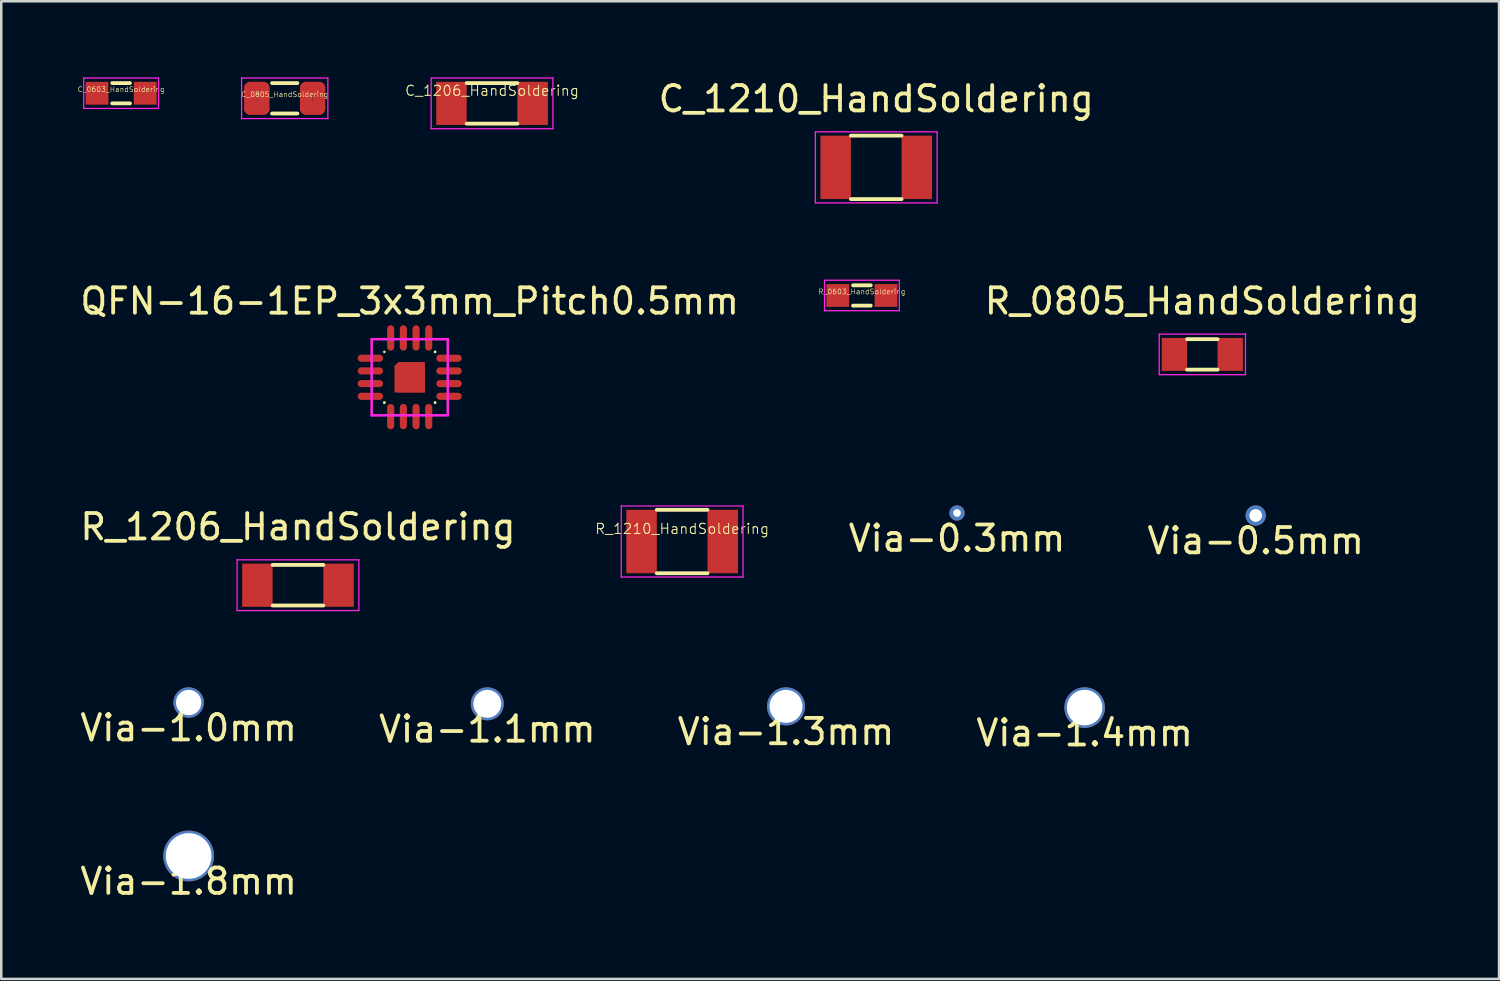
<source format=kicad_pcb>
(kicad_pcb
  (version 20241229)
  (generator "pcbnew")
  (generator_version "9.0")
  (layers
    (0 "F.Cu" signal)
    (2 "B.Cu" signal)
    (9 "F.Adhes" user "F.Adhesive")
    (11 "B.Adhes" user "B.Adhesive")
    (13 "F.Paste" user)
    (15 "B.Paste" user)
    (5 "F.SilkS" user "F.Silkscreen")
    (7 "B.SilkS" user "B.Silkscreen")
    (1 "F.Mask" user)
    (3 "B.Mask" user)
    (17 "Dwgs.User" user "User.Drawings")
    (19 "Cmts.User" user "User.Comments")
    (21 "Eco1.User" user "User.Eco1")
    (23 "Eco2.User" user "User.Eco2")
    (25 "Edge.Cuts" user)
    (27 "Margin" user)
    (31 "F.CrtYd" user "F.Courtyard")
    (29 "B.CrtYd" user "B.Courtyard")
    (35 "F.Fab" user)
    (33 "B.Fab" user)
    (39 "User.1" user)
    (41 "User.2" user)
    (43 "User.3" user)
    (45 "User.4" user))
  (footprint "C_1206_HandSoldering"
    (layer "F.Cu")
    (at 16.347 1.025)
    (property "Reference" "C_1206_HandSoldering" (at 0 -0.5 0) (layer "F.SilkS") (effects (font (size 0.4 0.4) (thickness 0.04))))
    (attr smd)
    (fp_line (start -1 0.8) (end 1 0.8) (stroke (width 0.15) (type solid)) (layer "F.SilkS"))
    (fp_line (start 1 -0.8) (end -1 -0.8) (stroke (width 0.15) (type solid)) (layer "F.SilkS"))
    (fp_line (start -2.4 -1) (end -2.4 1) (stroke (width 0.05) (type solid)) (layer "F.CrtYd"))
    (fp_line (start -2.4 -1) (end 2.4 -1) (stroke (width 0.05) (type solid)) (layer "F.CrtYd"))
    (fp_line (start -2.4 1) (end 2.4 1) (stroke (width 0.05) (type solid)) (layer "F.CrtYd"))
    (fp_line (start 2.4 -1) (end 2.4 1) (stroke (width 0.05) (type solid)) (layer "F.CrtYd"))
    (pad "1" smd rect (at -1.6 0) (size 1.2 1.7) (layers "F.Cu" "F.Mask" "F.Paste"))
    (pad "2" smd rect (at 1.6 0) (size 1.2 1.7) (layers "F.Cu" "F.Mask" "F.Paste")))
  (footprint "R_1206_HandSoldering"
    (layer "F.Cu")
    (at 8.696 20.02)
    (property "Reference" "R_1206_HandSoldering" (at 0 -2.3 0) (layer "F.SilkS") (effects (font (size 1 1) (thickness 0.15))))
    (attr smd)
    (fp_line (start -1 0.8) (end 1 0.8) (stroke (width 0.15) (type solid)) (layer "F.SilkS"))
    (fp_line (start 1 -0.8) (end -1 -0.8) (stroke (width 0.15) (type solid)) (layer "F.SilkS"))
    (fp_line (start -2.4 -1) (end -2.4 1) (stroke (width 0.05) (type solid)) (layer "F.CrtYd"))
    (fp_line (start -2.4 -1) (end 2.4 -1) (stroke (width 0.05) (type solid)) (layer "F.CrtYd"))
    (fp_line (start -2.4 1) (end 2.4 1) (stroke (width 0.05) (type solid)) (layer "F.CrtYd"))
    (fp_line (start 2.4 -1) (end 2.4 1) (stroke (width 0.05) (type solid)) (layer "F.CrtYd"))
    (pad "1" smd rect (at -1.6 0) (size 1.2 1.7) (layers "F.Cu" "F.Mask" "F.Paste"))
    (pad "2" smd rect (at 1.6 0) (size 1.2 1.7) (layers "F.Cu" "F.Mask" "F.Paste")))
  (footprint "R_0603_HandSoldering"
    (layer "F.Cu")
    (at 30.927 8.598)
    (property "Reference" "R_0603_HandSoldering" (at 0 -0.15 0) (layer "F.SilkS") (effects (font (size 0.2 0.2) (thickness 0.02))))
    (attr smd)
    (fp_line (start -0.35 -0.4) (end 0.35 -0.4) (stroke (width 0.15) (type solid)) (layer "F.SilkS"))
    (fp_line (start 0.35 0.4) (end -0.35 0.4) (stroke (width 0.15) (type solid)) (layer "F.SilkS"))
    (fp_line (start -1.475 -0.6) (end -1.475 0.6) (stroke (width 0.05) (type solid)) (layer "F.CrtYd"))
    (fp_line (start -1.475 -0.6) (end 1.475 -0.6) (stroke (width 0.05) (type solid)) (layer "F.CrtYd"))
    (fp_line (start -1.475 0.6) (end 1.475 0.6) (stroke (width 0.05) (type solid)) (layer "F.CrtYd"))
    (fp_line (start 1.475 -0.6) (end 1.475 0.6) (stroke (width 0.05) (type solid)) (layer "F.CrtYd"))
    (pad "1" smd rect (at -0.95 0) (size 0.9 0.9) (layers "F.Cu" "F.Mask" "F.Paste"))
    (pad "2" smd rect (at 0.95 0) (size 0.9 0.9) (layers "F.Cu" "F.Mask" "F.Paste")))
  (footprint "Via-1.1mm"
    (layer "F.Cu")
    (at 16.161 24.695)
    (property "Reference" "Via-1.1mm" (at 0 1 0) (layer "F.SilkS") (effects (font (size 1 1) (thickness 0.15))))
    (attr through_hole)
    (pad "1" thru_hole circle (at 0 0) (size 1.3 1.3) (drill 1.1) (layers "*.Cu")))
  (footprint "Via-1.0mm"
    (layer "F.Cu")
    (at 4.387 24.645)
    (property "Reference" "Via-1.0mm" (at 0 1 0) (layer "F.SilkS") (effects (font (size 1 1) (thickness 0.15))))
    (attr through_hole)
    (pad "1" thru_hole circle (at 0 0) (size 1.2 1.2) (drill 1) (layers "*.Cu")))
  (footprint "C_0805_HandSoldering"
    (layer "F.Cu")
    (at 8.174 0.825)
    (property "Reference" "C_0805_HandSoldering" (at 0 -0.15 0) (layer "F.SilkS") (effects (font (size 0.2 0.2) (thickness 0.02))))
    (attr smd)
    (fp_line (start -0.5 -0.6) (end 0.5 -0.6) (stroke (width 0.15) (type solid)) (layer "F.SilkS"))
    (fp_line (start 0.5 0.6) (end -0.5 0.6) (stroke (width 0.15) (type solid)) (layer "F.SilkS"))
    (fp_line (start -1.7 -0.8) (end -1.7 0.8) (stroke (width 0.05) (type solid)) (layer "F.CrtYd"))
    (fp_line (start -1.7 -0.8) (end 1.7 -0.8) (stroke (width 0.05) (type solid)) (layer "F.CrtYd"))
    (fp_line (start -1.7 0.8) (end 1.7 0.8) (stroke (width 0.05) (type solid)) (layer "F.CrtYd"))
    (fp_line (start 1.7 -0.8) (end 1.7 0.8) (stroke (width 0.05) (type solid)) (layer "F.CrtYd"))
    (pad "1" smd oval (at -1.35 0) (size 0.5 1.3) (layers "F.Cu" "F.Mask" "F.Paste"))
    (pad "1" smd oval (at -1.1 -0.4) (size 1 0.5) (layers "F.Cu" "F.Mask" "F.Paste"))
    (pad "1" smd oval (at -1.1 0.4) (size 1 0.5) (layers "F.Cu" "F.Mask" "F.Paste"))
    (pad "1" smd oval (at -0.85 0) (size 0.5 1.3) (layers "F.Cu" "F.Mask" "F.Paste"))
    (pad "2" smd oval (at 0.85 0) (size 0.5 1.3) (layers "F.Cu" "F.Mask" "F.Paste"))
    (pad "2" smd oval (at 1.1 -0.4) (size 1 0.5) (layers "F.Cu" "F.Mask" "F.Paste"))
    (pad "2" smd oval (at 1.1 0.4) (size 1 0.5) (layers "F.Cu" "F.Mask" "F.Paste"))
    (pad "2" smd oval (at 1.35 0) (size 0.5 1.3) (layers "F.Cu" "F.Mask" "F.Paste")))
  (footprint "Via-1.4mm"
    (layer "F.Cu")
    (at 39.708 24.845)
    (property "Reference" "Via-1.4mm" (at 0 1 0) (layer "F.SilkS") (effects (font (size 1 1) (thickness 0.15))))
    (attr through_hole)
    (pad "1" thru_hole circle (at 0 0) (size 1.6 1.6) (drill 1.4) (layers "*.Cu")))
  (footprint "C_1210_HandSoldering"
    (layer "F.Cu")
    (at 31.492 3.548)
    (property "Reference" "C_1210_HandSoldering" (at 0 -2.7 0) (layer "F.SilkS") (effects (font (size 1 1) (thickness 0.15))))
    (attr smd)
    (fp_line (start -1 1.25) (end 1 1.25) (stroke (width 0.15) (type solid)) (layer "F.SilkS"))
    (fp_line (start 1 -1.25) (end -1 -1.25) (stroke (width 0.15) (type solid)) (layer "F.SilkS"))
    (fp_line (start -2.4 -1.4) (end -2.4 1.4) (stroke (width 0.05) (type solid)) (layer "F.CrtYd"))
    (fp_line (start -2.4 -1.4) (end 2.4 -1.4) (stroke (width 0.05) (type solid)) (layer "F.CrtYd"))
    (fp_line (start -2.4 1.4) (end 2.4 1.4) (stroke (width 0.05) (type solid)) (layer "F.CrtYd"))
    (fp_line (start 2.4 -1.4) (end 2.4 1.4) (stroke (width 0.05) (type solid)) (layer "F.CrtYd"))
    (pad "1" smd rect (at -1.6 0) (size 1.2 2.5) (layers "F.Cu" "F.Mask" "F.Paste"))
    (pad "2" smd rect (at 1.6 0) (size 1.2 2.5) (layers "F.Cu" "F.Mask" "F.Paste")))
  (footprint "Via-0.3mm"
    (layer "F.Cu")
    (at 34.677 17.172)
    (property "Reference" "Via-0.3mm" (at 0 1 0) (layer "F.SilkS") (effects (font (size 1 1) (thickness 0.15))))
    (attr through_hole)
    (pad "1" thru_hole circle (at 0 0) (size 0.6 0.6) (drill 0.3) (layers "*.Cu")))
  (footprint "QFN-16-1EP_3x3mm_Pitch0.5mm"
    (layer "F.Cu")
    (at 13.101 11.822)
    (property "Reference" "QFN-16-1EP_3x3mm_Pitch0.5mm" (at 0 -3 0) (layer "F.SilkS") (effects (font (size 1 1) (thickness 0.15))))
    (attr smd)
    (fp_line (start -0.625 -0.5) (end -0.5 -0.625) (stroke (width 0.05) (type solid)) (layer "F.Mask"))
    (fp_line (start -0.575 -0.5) (end -0.5 -0.575) (stroke (width 0.05) (type solid)) (layer "F.Mask"))
    (fp_line (start -1 -1) (end -1 -1) (stroke (width 0.1) (type solid)) (layer "F.SilkS"))
    (fp_line (start -1 1) (end -1 1) (stroke (width 0.1) (type solid)) (layer "F.SilkS"))
    (fp_line (start -1 1) (end -1 1) (stroke (width 0.1) (type solid)) (layer "F.SilkS"))
    (fp_line (start 1 -1) (end 1 -1) (stroke (width 0.1) (type solid)) (layer "F.SilkS"))
    (fp_line (start 1 -1) (end 1 -1) (stroke (width 0.1) (type solid)) (layer "F.SilkS"))
    (fp_line (start 1 1) (end 1 1) (stroke (width 0.1) (type solid)) (layer "F.SilkS"))
    (fp_line (start 1 1) (end 1 1) (stroke (width 0.1) (type solid)) (layer "F.SilkS"))
    (fp_line (start -1.5 -1.5) (end -1.5 1.5) (stroke (width 0.1) (type solid)) (layer "F.CrtYd"))
    (fp_line (start -1.5 -1.5) (end 1.5 -1.5) (stroke (width 0.1) (type solid)) (layer "F.CrtYd"))
    (fp_line (start -1.5 1.5) (end 1.5 1.5) (stroke (width 0.1) (type solid)) (layer "F.CrtYd"))
    (fp_line (start 1.5 -1.5) (end 1.5 1.5) (stroke (width 0.1) (type solid)) (layer "F.CrtYd"))
    (pad "1" smd oval (at -1.55 -0.75) (size 1 0.28) (layers "F.Cu" "F.Mask" "F.Paste"))
    (pad "2" smd oval (at -1.55 -0.25) (size 1 0.28) (layers "F.Cu" "F.Mask" "F.Paste"))
    (pad "3" smd oval (at -1.55 0.25) (size 1 0.28) (layers "F.Cu" "F.Mask" "F.Paste"))
    (pad "4" smd oval (at -1.55 0.75) (size 1 0.28) (layers "F.Cu" "F.Mask" "F.Paste"))
    (pad "5" smd oval (at -0.75 1.55 90) (size 1 0.28) (layers "F.Cu" "F.Mask" "F.Paste"))
    (pad "6" smd oval (at -0.25 1.55 90) (size 1 0.28) (layers "F.Cu" "F.Mask" "F.Paste"))
    (pad "7" smd oval (at 0.25 1.55 90) (size 1 0.28) (layers "F.Cu" "F.Mask" "F.Paste"))
    (pad "8" smd oval (at 0.75 1.55 90) (size 1 0.28) (layers "F.Cu" "F.Mask" "F.Paste"))
    (pad "9" smd oval (at 1.55 0.75) (size 1 0.28) (layers "F.Cu" "F.Mask" "F.Paste"))
    (pad "10" smd oval (at 1.55 0.25) (size 1 0.28) (layers "F.Cu" "F.Mask" "F.Paste"))
    (pad "11" smd oval (at 1.55 -0.25) (size 1 0.28) (layers "F.Cu" "F.Mask" "F.Paste"))
    (pad "12" smd oval (at 1.55 -0.75) (size 1 0.28) (layers "F.Cu" "F.Mask" "F.Paste"))
    (pad "13" smd oval (at 0.75 -1.55 90) (size 1 0.28) (layers "F.Cu" "F.Mask" "F.Paste"))
    (pad "14" smd oval (at 0.25 -1.55 90) (size 1 0.28) (layers "F.Cu" "F.Mask" "F.Paste"))
    (pad "15" smd oval (at -0.25 -1.55 90) (size 1 0.28) (layers "F.Cu" "F.Mask" "F.Paste"))
    (pad "16" smd oval (at -0.75 -1.55 90) (size 1 0.28) (layers "F.Cu" "F.Mask" "F.Paste"))
    (pad "17" smd rect (at -0.45 -0.45 45) (size 0.212 0.212) (layers "F.Cu" "F.Paste"))
    (pad "17" smd rect (at 0 0.075) (size 1.2 1.05) (layers "F.Cu" "F.Mask" "F.Paste"))
    (pad "17" smd rect (at 0.075 0) (size 1.05 1.2) (layers "F.Cu" "F.Mask" "F.Paste")))
  (footprint "Via-0.5mm"
    (layer "F.Cu")
    (at 46.451 17.271)
    (property "Reference" "Via-0.5mm" (at 0 1 0) (layer "F.SilkS") (effects (font (size 1 1) (thickness 0.15))))
    (attr through_hole)
    (pad "1" thru_hole circle (at 0 0) (size 0.8 0.8) (drill 0.5) (layers "*.Cu")))
  (footprint "Via-1.3mm"
    (layer "F.Cu")
    (at 27.935 24.795)
    (property "Reference" "Via-1.3mm" (at 0 1 0) (layer "F.SilkS") (effects (font (size 1 1) (thickness 0.15))))
    (attr through_hole)
    (pad "1" thru_hole circle (at 0 0) (size 1.5 1.5) (drill 1.3) (layers "*.Cu")))
  (footprint "Via-1.8mm"
    (layer "F.Cu")
    (at 4.387 30.693)
    (property "Reference" "Via-1.8mm" (at 0 1 0) (layer "F.SilkS") (effects (font (size 1 1) (thickness 0.15))))
    (attr through_hole)
    (pad "1" thru_hole circle (at 0 0) (size 2 2) (drill 1.8) (layers "*.Cu")))
  (footprint "R_0805_HandSoldering"
    (layer "F.Cu")
    (at 44.347 10.921)
    (property "Reference" "R_0805_HandSoldering" (at 0 -2.1 0) (layer "F.SilkS") (effects (font (size 1 1) (thickness 0.15))))
    (attr smd)
    (fp_line (start -0.6 -0.6) (end 0.6 -0.6) (stroke (width 0.15) (type solid)) (layer "F.SilkS"))
    (fp_line (start 0.6 0.6) (end -0.6 0.6) (stroke (width 0.15) (type solid)) (layer "F.SilkS"))
    (fp_line (start -1.7 -0.8) (end -1.7 0.8) (stroke (width 0.05) (type solid)) (layer "F.CrtYd"))
    (fp_line (start -1.7 -0.8) (end 1.7 -0.8) (stroke (width 0.05) (type solid)) (layer "F.CrtYd"))
    (fp_line (start -1.7 0.8) (end 1.7 0.8) (stroke (width 0.05) (type solid)) (layer "F.CrtYd"))
    (fp_line (start 1.7 -0.8) (end 1.7 0.8) (stroke (width 0.05) (type solid)) (layer "F.CrtYd"))
    (pad "1" smd rect (at -1.1 0) (size 1 1.3) (layers "F.Cu" "F.Mask" "F.Paste"))
    (pad "2" smd rect (at 1.1 0) (size 1 1.3) (layers "F.Cu" "F.Mask" "F.Paste")))
  (footprint "C_0603_HandSoldering"
    (layer "F.Cu")
    (at 1.724 0.625)
    (property "Reference" "C_0603_HandSoldering" (at 0 -0.15 0) (layer "F.SilkS") (effects (font (size 0.2 0.2) (thickness 0.02))))
    (attr smd)
    (fp_line (start -0.35 -0.4) (end 0.35 -0.4) (stroke (width 0.15) (type solid)) (layer "F.SilkS"))
    (fp_line (start 0.35 0.4) (end -0.35 0.4) (stroke (width 0.15) (type solid)) (layer "F.SilkS"))
    (fp_line (start -1.475 -0.6) (end -1.475 0.6) (stroke (width 0.05) (type solid)) (layer "F.CrtYd"))
    (fp_line (start -1.475 -0.6) (end 1.475 -0.6) (stroke (width 0.05) (type solid)) (layer "F.CrtYd"))
    (fp_line (start -1.475 0.6) (end 1.475 0.6) (stroke (width 0.05) (type solid)) (layer "F.CrtYd"))
    (fp_line (start 1.475 -0.6) (end 1.475 0.6) (stroke (width 0.05) (type solid)) (layer "F.CrtYd"))
    (pad "1" smd rect (at -0.95 0) (size 0.9 0.9) (layers "F.Cu" "F.Mask" "F.Paste"))
    (pad "2" smd rect (at 0.95 0) (size 0.9 0.9) (layers "F.Cu" "F.Mask" "F.Paste")))
  (footprint "R_1210_HandSoldering"
    (layer "F.Cu")
    (at 23.841 18.297)
    (property "Reference" "R_1210_HandSoldering" (at 0 -0.5 0) (layer "F.SilkS") (effects (font (size 0.4 0.4) (thickness 0.04))))
    (attr smd)
    (fp_line (start -1 1.25) (end 1 1.25) (stroke (width 0.15) (type solid)) (layer "F.SilkS"))
    (fp_line (start 1 -1.25) (end -1 -1.25) (stroke (width 0.15) (type solid)) (layer "F.SilkS"))
    (fp_line (start -2.4 -1.4) (end -2.4 1.4) (stroke (width 0.05) (type solid)) (layer "F.CrtYd"))
    (fp_line (start -2.4 -1.4) (end 2.4 -1.4) (stroke (width 0.05) (type solid)) (layer "F.CrtYd"))
    (fp_line (start -2.4 1.4) (end 2.4 1.4) (stroke (width 0.05) (type solid)) (layer "F.CrtYd"))
    (fp_line (start 2.4 -1.4) (end 2.4 1.4) (stroke (width 0.05) (type solid)) (layer "F.CrtYd"))
    (pad "1" smd rect (at -1.6 0) (size 1.2 2.5) (layers "F.Cu" "F.Mask" "F.Paste"))
    (pad "2" smd rect (at 1.6 0) (size 1.2 2.5) (layers "F.Cu" "F.Mask" "F.Paste")))
  (gr_rect
    (start -3 -3)
    (end 56.044 35.541)
    (stroke (width 0.1) (type default))
    (fill no)
    (layer "Edge.Cuts")))
</source>
